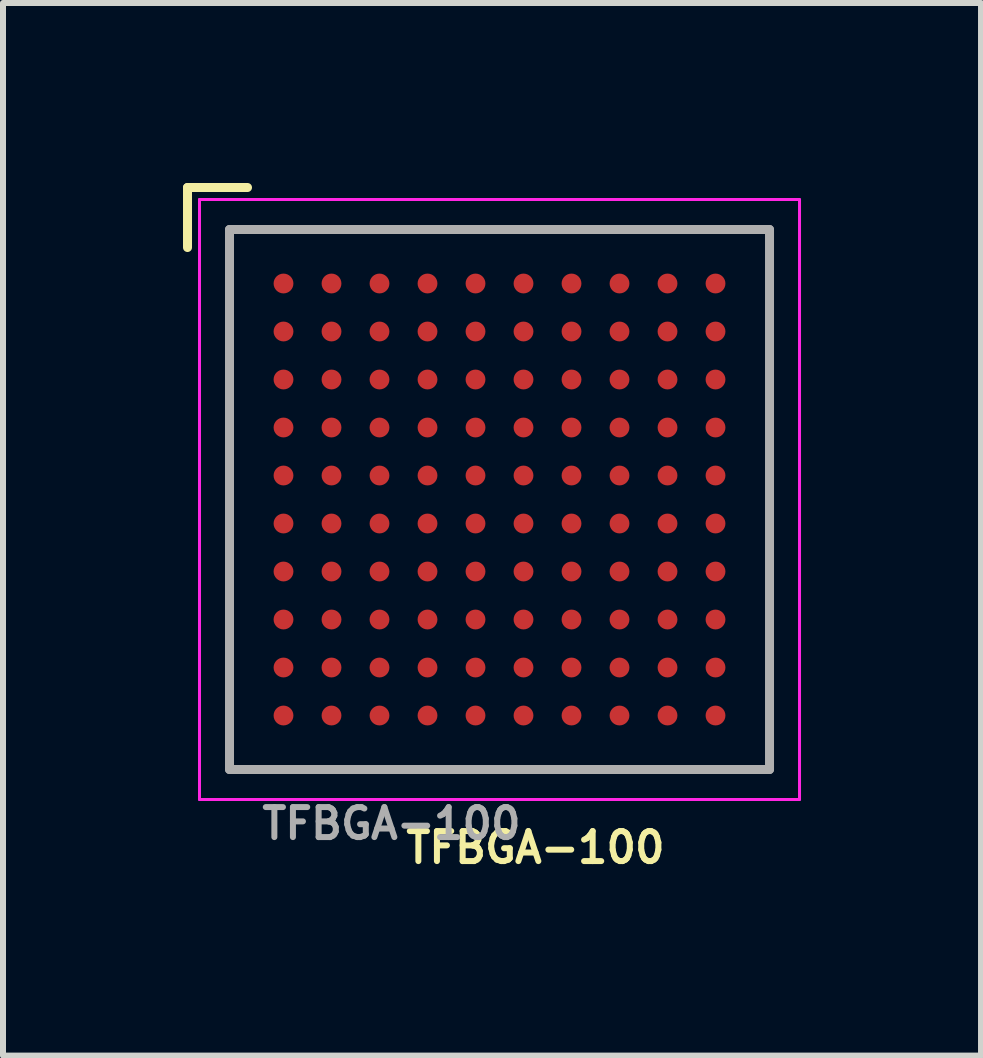
<source format=kicad_pcb>
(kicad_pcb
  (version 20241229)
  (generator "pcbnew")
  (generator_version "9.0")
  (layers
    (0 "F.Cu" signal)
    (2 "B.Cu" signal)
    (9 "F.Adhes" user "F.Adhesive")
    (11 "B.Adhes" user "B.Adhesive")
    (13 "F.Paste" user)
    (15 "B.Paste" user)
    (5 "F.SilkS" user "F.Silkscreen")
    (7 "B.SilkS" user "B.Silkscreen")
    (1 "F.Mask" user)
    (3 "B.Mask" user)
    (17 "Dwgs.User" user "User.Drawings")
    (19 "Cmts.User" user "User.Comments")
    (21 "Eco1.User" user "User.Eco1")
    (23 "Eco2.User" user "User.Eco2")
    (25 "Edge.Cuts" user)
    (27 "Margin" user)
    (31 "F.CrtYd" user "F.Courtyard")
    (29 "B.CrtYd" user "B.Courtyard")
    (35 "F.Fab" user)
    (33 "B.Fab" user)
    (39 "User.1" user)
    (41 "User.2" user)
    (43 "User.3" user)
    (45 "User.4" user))
  (footprint "TFBGA-100"
    (layer "F.Cu")
    (at 5.275 5.275)
    (property "Reference" "TFBGA-100" (at 0.6 5.8 0) (layer "F.SilkS") (effects (font (size 0.5 0.5) (thickness 0.1))))
    (attr smd)
    (fp_line (start -5.2 -5.2) (end -4.2 -5.2) (stroke (width 0.15) (type solid)) (layer "F.SilkS"))
    (fp_line (start -5.2 -4.2) (end -5.2 -5.2) (stroke (width 0.15) (type solid)) (layer "F.SilkS"))
    (fp_line (start -5 -5) (end 5 -5) (stroke (width 0.05) (type solid)) (layer "F.CrtYd"))
    (fp_line (start -5 5) (end -5 -5) (stroke (width 0.05) (type solid)) (layer "F.CrtYd"))
    (fp_line (start 5 -5) (end 5 5) (stroke (width 0.05) (type solid)) (layer "F.CrtYd"))
    (fp_line (start 5 5) (end -5 5) (stroke (width 0.05) (type solid)) (layer "F.CrtYd"))
    (fp_line (start -4.5 -4.5) (end 4.5 -4.5) (stroke (width 0.15) (type solid)) (layer "F.Fab"))
    (fp_line (start -4.5 4.5) (end -4.5 -4.5) (stroke (width 0.15) (type solid)) (layer "F.Fab"))
    (fp_line (start 4.5 -4.5) (end 4.5 4.5) (stroke (width 0.15) (type solid)) (layer "F.Fab"))
    (fp_line (start 4.5 4.5) (end -4.5 4.5) (stroke (width 0.15) (type solid)) (layer "F.Fab"))
    (fp_text user "${REFERENCE}" (at -1.8 5.4 0) (layer "F.Fab") (effects (font (size 0.5 0.5) (thickness 0.1))))
    (pad "A1" smd circle (at -3.6 -3.6) (size 0.33 0.33) (layers "F.Cu" "F.Mask" "F.Paste"))
    (pad "A2" smd circle (at -2.8 -3.6) (size 0.33 0.33) (layers "F.Cu" "F.Mask" "F.Paste"))
    (pad "A3" smd circle (at -2 -3.6) (size 0.33 0.33) (layers "F.Cu" "F.Mask" "F.Paste"))
    (pad "A4" smd circle (at -1.2 -3.6) (size 0.33 0.33) (layers "F.Cu" "F.Mask" "F.Paste"))
    (pad "A5" smd circle (at -0.4 -3.6) (size 0.33 0.33) (layers "F.Cu" "F.Mask" "F.Paste"))
    (pad "A6" smd circle (at 0.4 -3.6) (size 0.33 0.33) (layers "F.Cu" "F.Mask" "F.Paste"))
    (pad "A7" smd circle (at 1.2 -3.6) (size 0.33 0.33) (layers "F.Cu" "F.Mask" "F.Paste"))
    (pad "A8" smd circle (at 2 -3.6) (size 0.33 0.33) (layers "F.Cu" "F.Mask" "F.Paste"))
    (pad "A9" smd circle (at 2.8 -3.6) (size 0.33 0.33) (layers "F.Cu" "F.Mask" "F.Paste"))
    (pad "A10" smd circle (at 3.6 -3.6) (size 0.33 0.33) (layers "F.Cu" "F.Mask" "F.Paste"))
    (pad "B1" smd circle (at -3.6 -2.8) (size 0.33 0.33) (layers "F.Cu" "F.Mask" "F.Paste"))
    (pad "B2" smd circle (at -2.8 -2.8) (size 0.33 0.33) (layers "F.Cu" "F.Mask" "F.Paste"))
    (pad "B3" smd circle (at -2 -2.8) (size 0.33 0.33) (layers "F.Cu" "F.Mask" "F.Paste"))
    (pad "B4" smd circle (at -1.2 -2.8) (size 0.33 0.33) (layers "F.Cu" "F.Mask" "F.Paste"))
    (pad "B5" smd circle (at -0.4 -2.8) (size 0.33 0.33) (layers "F.Cu" "F.Mask" "F.Paste"))
    (pad "B6" smd circle (at 0.4 -2.8) (size 0.33 0.33) (layers "F.Cu" "F.Mask" "F.Paste"))
    (pad "B7" smd circle (at 1.2 -2.8) (size 0.33 0.33) (layers "F.Cu" "F.Mask" "F.Paste"))
    (pad "B8" smd circle (at 2 -2.8) (size 0.33 0.33) (layers "F.Cu" "F.Mask" "F.Paste"))
    (pad "B9" smd circle (at 2.8 -2.8) (size 0.33 0.33) (layers "F.Cu" "F.Mask" "F.Paste"))
    (pad "B10" smd circle (at 3.6 -2.8) (size 0.33 0.33) (layers "F.Cu" "F.Mask" "F.Paste"))
    (pad "C1" smd circle (at -3.6 -2) (size 0.33 0.33) (layers "F.Cu" "F.Mask" "F.Paste"))
    (pad "C2" smd circle (at -2.8 -2) (size 0.33 0.33) (layers "F.Cu" "F.Mask" "F.Paste"))
    (pad "C3" smd circle (at -2 -2) (size 0.33 0.33) (layers "F.Cu" "F.Mask" "F.Paste"))
    (pad "C4" smd circle (at -1.2 -2) (size 0.33 0.33) (layers "F.Cu" "F.Mask" "F.Paste"))
    (pad "C5" smd circle (at -0.4 -2) (size 0.33 0.33) (layers "F.Cu" "F.Mask" "F.Paste"))
    (pad "C6" smd circle (at 0.4 -2) (size 0.33 0.33) (layers "F.Cu" "F.Mask" "F.Paste"))
    (pad "C7" smd circle (at 1.2 -2) (size 0.33 0.33) (layers "F.Cu" "F.Mask" "F.Paste"))
    (pad "C8" smd circle (at 2 -2) (size 0.33 0.33) (layers "F.Cu" "F.Mask" "F.Paste"))
    (pad "C9" smd circle (at 2.8 -2) (size 0.33 0.33) (layers "F.Cu" "F.Mask" "F.Paste"))
    (pad "C10" smd circle (at 3.6 -2) (size 0.33 0.33) (layers "F.Cu" "F.Mask" "F.Paste"))
    (pad "D1" smd circle (at -3.6 -1.2) (size 0.33 0.33) (layers "F.Cu" "F.Mask" "F.Paste"))
    (pad "D2" smd circle (at -2.8 -1.2) (size 0.33 0.33) (layers "F.Cu" "F.Mask" "F.Paste"))
    (pad "D3" smd circle (at -2 -1.2) (size 0.33 0.33) (layers "F.Cu" "F.Mask" "F.Paste"))
    (pad "D4" smd circle (at -1.2 -1.2) (size 0.33 0.33) (layers "F.Cu" "F.Mask" "F.Paste"))
    (pad "D5" smd circle (at -0.4 -1.2) (size 0.33 0.33) (layers "F.Cu" "F.Mask" "F.Paste"))
    (pad "D6" smd circle (at 0.4 -1.2) (size 0.33 0.33) (layers "F.Cu" "F.Mask" "F.Paste"))
    (pad "D7" smd circle (at 1.2 -1.2) (size 0.33 0.33) (layers "F.Cu" "F.Mask" "F.Paste"))
    (pad "D8" smd circle (at 2 -1.2) (size 0.33 0.33) (layers "F.Cu" "F.Mask" "F.Paste"))
    (pad "D9" smd circle (at 2.8 -1.2) (size 0.33 0.33) (layers "F.Cu" "F.Mask" "F.Paste"))
    (pad "D10" smd circle (at 3.6 -1.2) (size 0.33 0.33) (layers "F.Cu" "F.Mask" "F.Paste"))
    (pad "E1" smd circle (at -3.6 -0.4) (size 0.33 0.33) (layers "F.Cu" "F.Mask" "F.Paste"))
    (pad "E2" smd circle (at -2.8 -0.4) (size 0.33 0.33) (layers "F.Cu" "F.Mask" "F.Paste"))
    (pad "E3" smd circle (at -2 -0.4) (size 0.33 0.33) (layers "F.Cu" "F.Mask" "F.Paste"))
    (pad "E4" smd circle (at -1.2 -0.4) (size 0.33 0.33) (layers "F.Cu" "F.Mask" "F.Paste"))
    (pad "E5" smd circle (at -0.4 -0.4) (size 0.33 0.33) (layers "F.Cu" "F.Mask" "F.Paste"))
    (pad "E6" smd circle (at 0.4 -0.4) (size 0.33 0.33) (layers "F.Cu" "F.Mask" "F.Paste"))
    (pad "E7" smd circle (at 1.2 -0.4) (size 0.33 0.33) (layers "F.Cu" "F.Mask" "F.Paste"))
    (pad "E8" smd circle (at 2 -0.4) (size 0.33 0.33) (layers "F.Cu" "F.Mask" "F.Paste"))
    (pad "E9" smd circle (at 2.8 -0.4) (size 0.33 0.33) (layers "F.Cu" "F.Mask" "F.Paste"))
    (pad "E10" smd circle (at 3.6 -0.4) (size 0.33 0.33) (layers "F.Cu" "F.Mask" "F.Paste"))
    (pad "F1" smd circle (at -3.6 0.4) (size 0.33 0.33) (layers "F.Cu" "F.Mask" "F.Paste"))
    (pad "F2" smd circle (at -2.8 0.4) (size 0.33 0.33) (layers "F.Cu" "F.Mask" "F.Paste"))
    (pad "F3" smd circle (at -2 0.4) (size 0.33 0.33) (layers "F.Cu" "F.Mask" "F.Paste"))
    (pad "F4" smd circle (at -1.2 0.4) (size 0.33 0.33) (layers "F.Cu" "F.Mask" "F.Paste"))
    (pad "F5" smd circle (at -0.4 0.4) (size 0.33 0.33) (layers "F.Cu" "F.Mask" "F.Paste"))
    (pad "F6" smd circle (at 0.4 0.4) (size 0.33 0.33) (layers "F.Cu" "F.Mask" "F.Paste"))
    (pad "F7" smd circle (at 1.2 0.4) (size 0.33 0.33) (layers "F.Cu" "F.Mask" "F.Paste"))
    (pad "F8" smd circle (at 2 0.4) (size 0.33 0.33) (layers "F.Cu" "F.Mask" "F.Paste"))
    (pad "F9" smd circle (at 2.8 0.4) (size 0.33 0.33) (layers "F.Cu" "F.Mask" "F.Paste"))
    (pad "F10" smd circle (at 3.6 0.4) (size 0.33 0.33) (layers "F.Cu" "F.Mask" "F.Paste"))
    (pad "G1" smd circle (at -3.6 1.2) (size 0.33 0.33) (layers "F.Cu" "F.Mask" "F.Paste"))
    (pad "G2" smd circle (at -2.8 1.2) (size 0.33 0.33) (layers "F.Cu" "F.Mask" "F.Paste"))
    (pad "G3" smd circle (at -2 1.2) (size 0.33 0.33) (layers "F.Cu" "F.Mask" "F.Paste"))
    (pad "G4" smd circle (at -1.2 1.2) (size 0.33 0.33) (layers "F.Cu" "F.Mask" "F.Paste"))
    (pad "G5" smd circle (at -0.4 1.2) (size 0.33 0.33) (layers "F.Cu" "F.Mask" "F.Paste"))
    (pad "G6" smd circle (at 0.4 1.2) (size 0.33 0.33) (layers "F.Cu" "F.Mask" "F.Paste"))
    (pad "G7" smd circle (at 1.2 1.2) (size 0.33 0.33) (layers "F.Cu" "F.Mask" "F.Paste"))
    (pad "G8" smd circle (at 2 1.2) (size 0.33 0.33) (layers "F.Cu" "F.Mask" "F.Paste"))
    (pad "G9" smd circle (at 2.8 1.2) (size 0.33 0.33) (layers "F.Cu" "F.Mask" "F.Paste"))
    (pad "G10" smd circle (at 3.6 1.2) (size 0.33 0.33) (layers "F.Cu" "F.Mask" "F.Paste"))
    (pad "H1" smd circle (at -3.6 2) (size 0.33 0.33) (layers "F.Cu" "F.Mask" "F.Paste"))
    (pad "H2" smd circle (at -2.8 2) (size 0.33 0.33) (layers "F.Cu" "F.Mask" "F.Paste"))
    (pad "H3" smd circle (at -2 2) (size 0.33 0.33) (layers "F.Cu" "F.Mask" "F.Paste"))
    (pad "H4" smd circle (at -1.2 2) (size 0.33 0.33) (layers "F.Cu" "F.Mask" "F.Paste"))
    (pad "H5" smd circle (at -0.4 2) (size 0.33 0.33) (layers "F.Cu" "F.Mask" "F.Paste"))
    (pad "H6" smd circle (at 0.4 2) (size 0.33 0.33) (layers "F.Cu" "F.Mask" "F.Paste"))
    (pad "H7" smd circle (at 1.2 2) (size 0.33 0.33) (layers "F.Cu" "F.Mask" "F.Paste"))
    (pad "H8" smd circle (at 2 2) (size 0.33 0.33) (layers "F.Cu" "F.Mask" "F.Paste"))
    (pad "H9" smd circle (at 2.8 2) (size 0.33 0.33) (layers "F.Cu" "F.Mask" "F.Paste"))
    (pad "H10" smd circle (at 3.6 2) (size 0.33 0.33) (layers "F.Cu" "F.Mask" "F.Paste"))
    (pad "J1" smd circle (at -3.6 2.8) (size 0.33 0.33) (layers "F.Cu" "F.Mask" "F.Paste"))
    (pad "J2" smd circle (at -2.8 2.8) (size 0.33 0.33) (layers "F.Cu" "F.Mask" "F.Paste"))
    (pad "J3" smd circle (at -2 2.8) (size 0.33 0.33) (layers "F.Cu" "F.Mask" "F.Paste"))
    (pad "J4" smd circle (at -1.2 2.8) (size 0.33 0.33) (layers "F.Cu" "F.Mask" "F.Paste"))
    (pad "J5" smd circle (at -0.4 2.8) (size 0.33 0.33) (layers "F.Cu" "F.Mask" "F.Paste"))
    (pad "J6" smd circle (at 0.4 2.8) (size 0.33 0.33) (layers "F.Cu" "F.Mask" "F.Paste"))
    (pad "J7" smd circle (at 1.2 2.8) (size 0.33 0.33) (layers "F.Cu" "F.Mask" "F.Paste"))
    (pad "J8" smd circle (at 2 2.8) (size 0.33 0.33) (layers "F.Cu" "F.Mask" "F.Paste"))
    (pad "J9" smd circle (at 2.8 2.8) (size 0.33 0.33) (layers "F.Cu" "F.Mask" "F.Paste"))
    (pad "J10" smd circle (at 3.6 2.8) (size 0.33 0.33) (layers "F.Cu" "F.Mask" "F.Paste"))
    (pad "K1" smd circle (at -3.6 3.6) (size 0.33 0.33) (layers "F.Cu" "F.Mask" "F.Paste"))
    (pad "K2" smd circle (at -2.8 3.6) (size 0.33 0.33) (layers "F.Cu" "F.Mask" "F.Paste"))
    (pad "K3" smd circle (at -2 3.6) (size 0.33 0.33) (layers "F.Cu" "F.Mask" "F.Paste"))
    (pad "K4" smd circle (at -1.2 3.6) (size 0.33 0.33) (layers "F.Cu" "F.Mask" "F.Paste"))
    (pad "K5" smd circle (at -0.4 3.6) (size 0.33 0.33) (layers "F.Cu" "F.Mask" "F.Paste"))
    (pad "K6" smd circle (at 0.4 3.6) (size 0.33 0.33) (layers "F.Cu" "F.Mask" "F.Paste"))
    (pad "K7" smd circle (at 1.2 3.6) (size 0.33 0.33) (layers "F.Cu" "F.Mask" "F.Paste"))
    (pad "K8" smd circle (at 2 3.6) (size 0.33 0.33) (layers "F.Cu" "F.Mask" "F.Paste"))
    (pad "K9" smd circle (at 2.8 3.6) (size 0.33 0.33) (layers "F.Cu" "F.Mask" "F.Paste"))
    (pad "K10" smd circle (at 3.6 3.6) (size 0.33 0.33) (layers "F.Cu" "F.Mask" "F.Paste")))
  (gr_rect
    (start -3 -3)
    (end 13.3 14.543)
    (stroke (width 0.1) (type default))
    (fill no)
    (layer "Edge.Cuts")))
</source>
